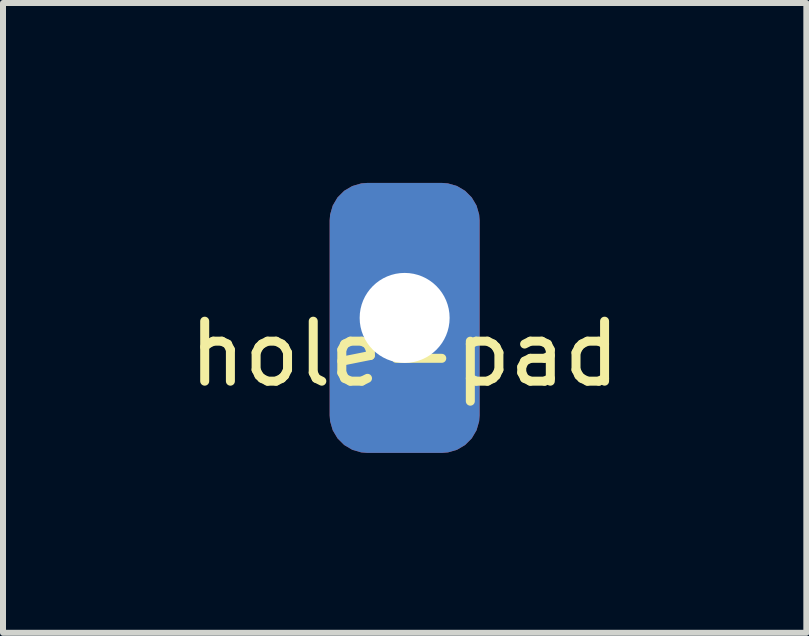
<source format=kicad_pcb>
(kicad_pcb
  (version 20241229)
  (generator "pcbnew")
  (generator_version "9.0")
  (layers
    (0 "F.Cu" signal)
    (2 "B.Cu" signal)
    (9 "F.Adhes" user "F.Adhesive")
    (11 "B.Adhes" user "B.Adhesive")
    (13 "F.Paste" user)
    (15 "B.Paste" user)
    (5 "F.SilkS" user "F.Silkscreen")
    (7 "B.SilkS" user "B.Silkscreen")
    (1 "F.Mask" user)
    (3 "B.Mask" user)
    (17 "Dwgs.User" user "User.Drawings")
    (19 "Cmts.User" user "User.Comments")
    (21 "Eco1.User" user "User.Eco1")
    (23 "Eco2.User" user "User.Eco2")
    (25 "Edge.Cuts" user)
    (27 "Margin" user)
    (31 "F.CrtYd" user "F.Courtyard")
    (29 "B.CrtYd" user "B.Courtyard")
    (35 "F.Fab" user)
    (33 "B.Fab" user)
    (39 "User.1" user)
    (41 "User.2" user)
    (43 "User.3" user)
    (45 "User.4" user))
  (footprint "hole-pad"
    (layer "F.Cu")
    (at 3.696 2.35)
    (property "Reference" "hole-pad" (at 0 0.5 0) (layer "F.SilkS") (effects (font (size 1 1) (thickness 0.15))))
    (attr through_hole exclude_from_pos_files exclude_from_bom)
    (pad "1" thru_hole roundrect (at 0 -0.1) (size 2.5 4.5) (drill 1.5) (layers "*.Cu" "*.Mask") (roundrect_rratio 0.25)))
  (gr_rect
    (start -3 -3)
    (end 10.393 7.5)
    (stroke (width 0.1) (type default))
    (fill no)
    (layer "Edge.Cuts")))
</source>
